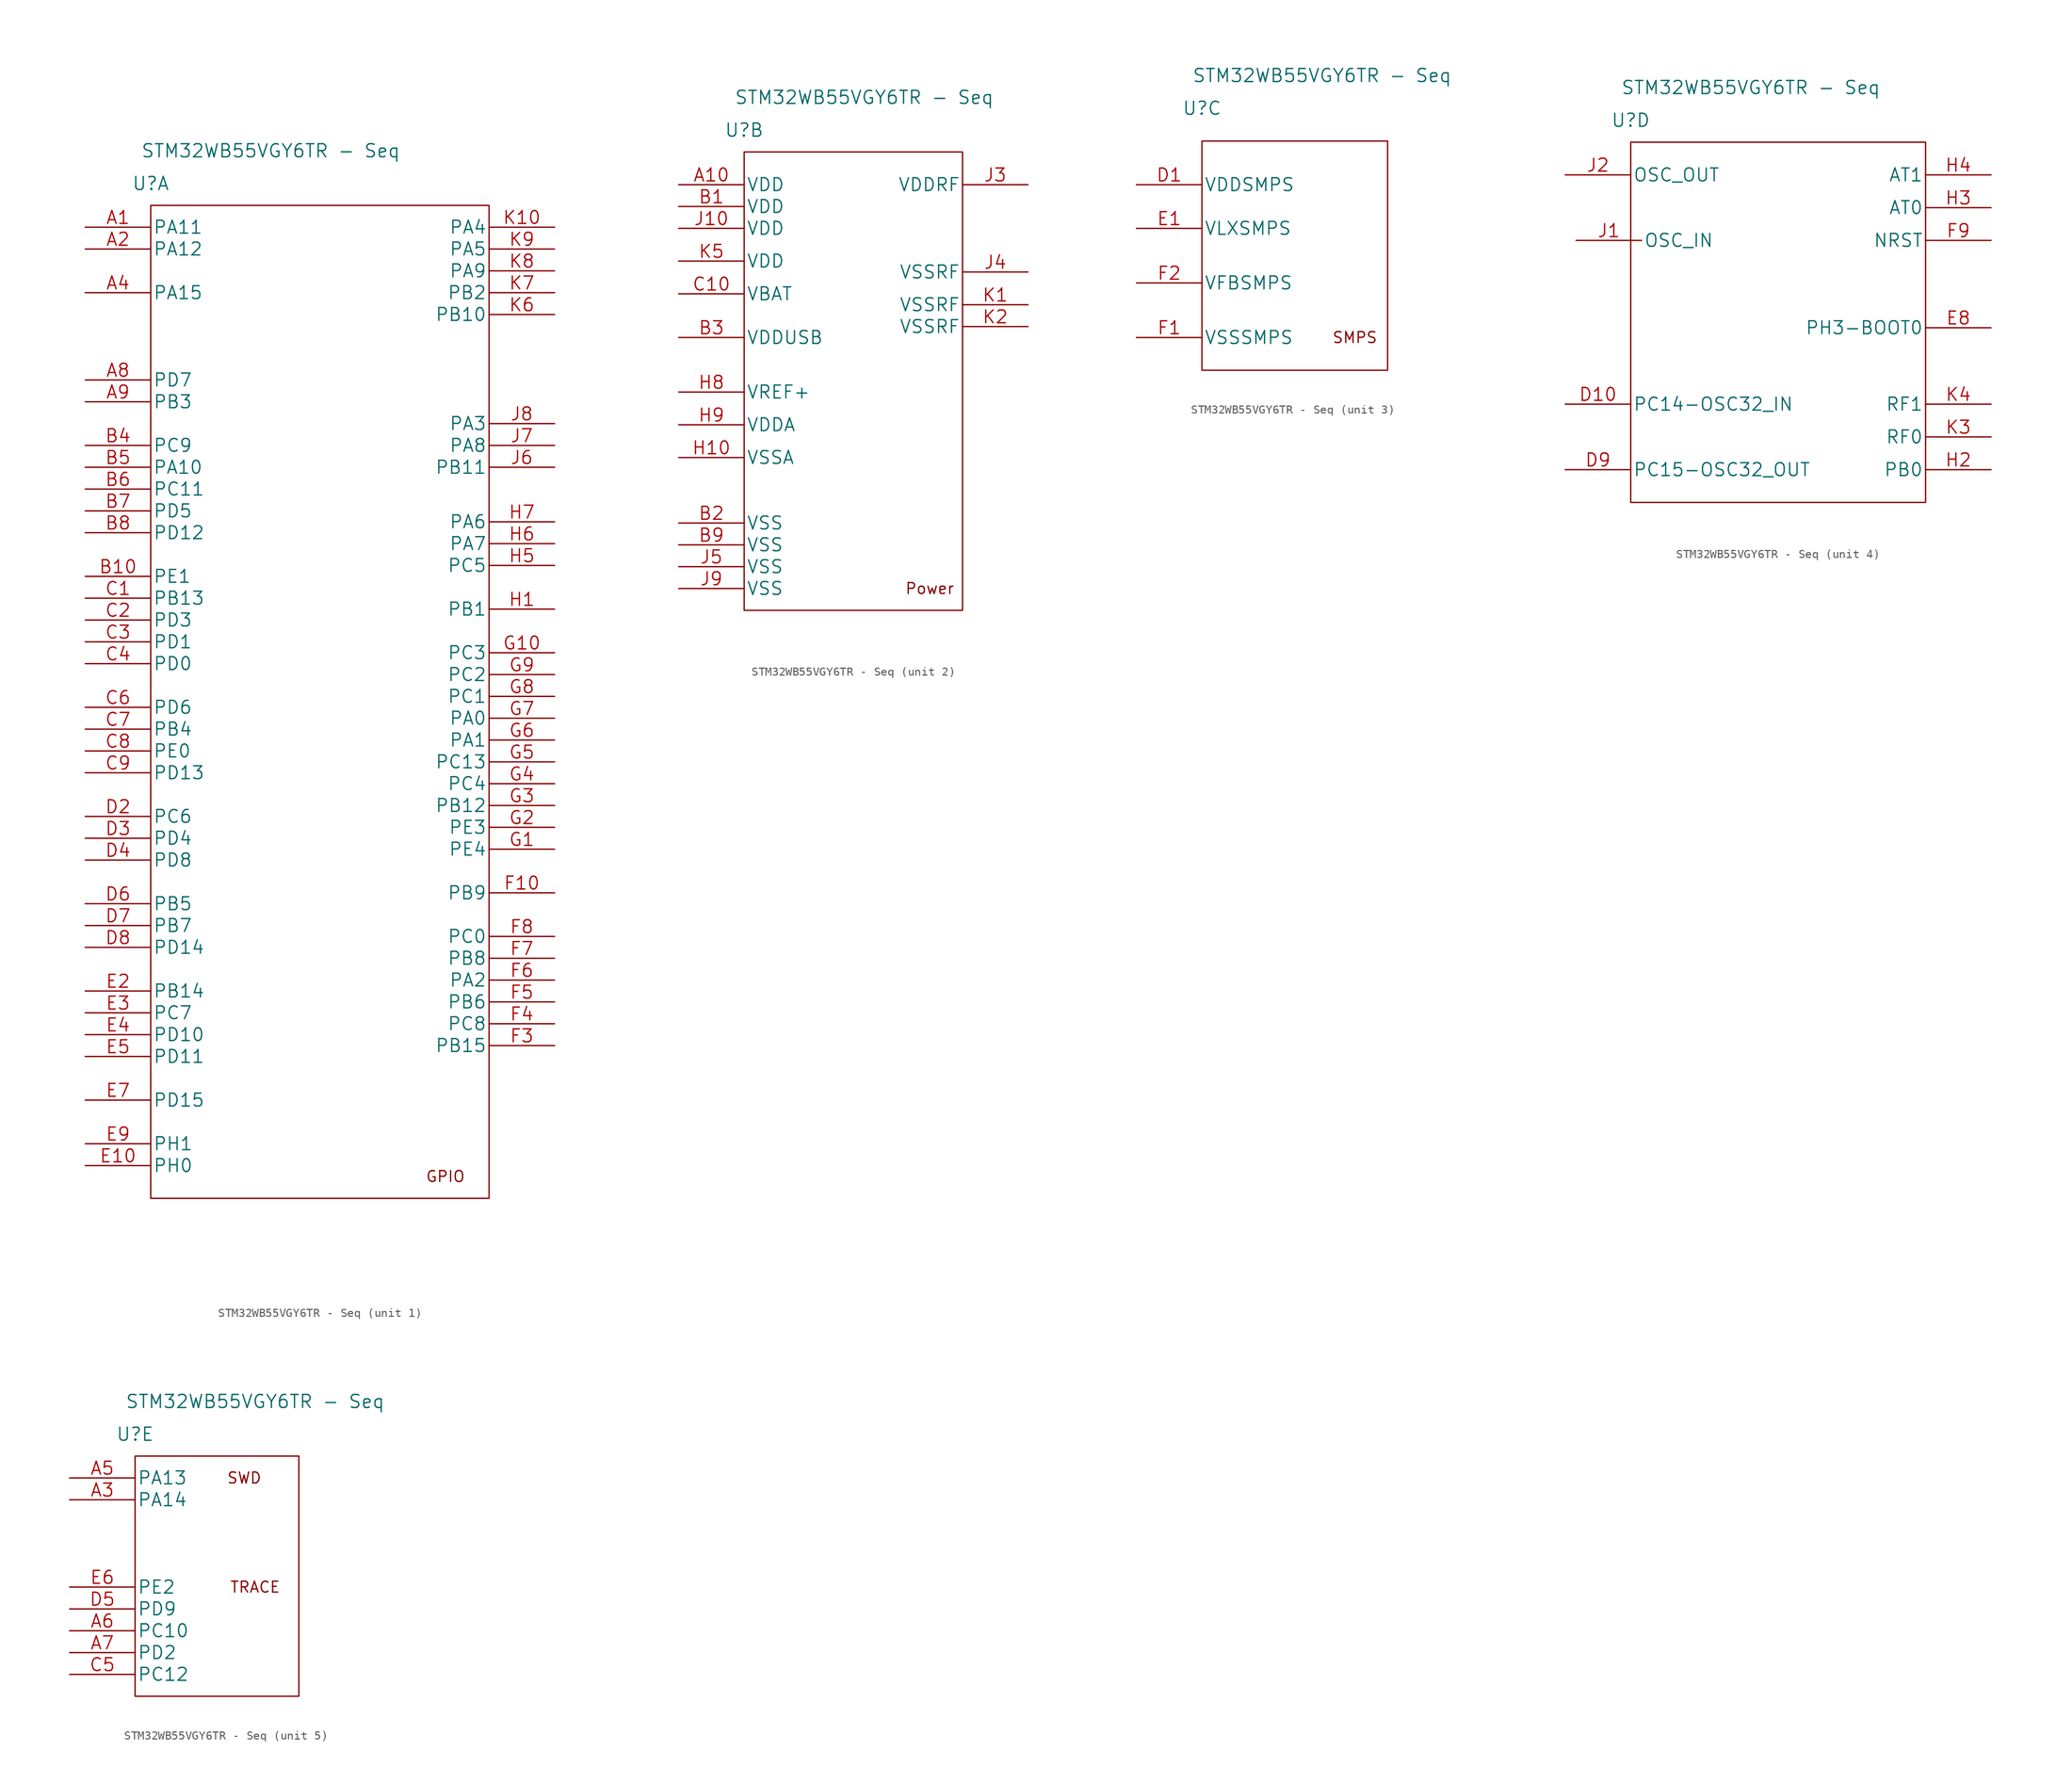
<source format=kicad_sym>
(kicad_symbol_lib
  (version 20211014)
  (generator kicad_symbol_editor)
  (symbol "STM32WB55VGY6TR - Seq"
    (pin_names
      (offset 0.254))
    (property "Reference" "U"
      (at 7.62 1.27 0)
      (effects (font (size 1.524 1.524))))
    (property "Value" "STM32WB55VGY6TR - Seq"
      (at 21.59 5.08 0)
      (effects (font (size 1.524 1.524))))
    (property "ki_locked" ""
      (at 0 0 0)
      (effects (font (size 1.27 1.27))))
    (symbol "STM32WB55VGY6TR - Seq_1_1"
      (rectangle (start 7.62 -1.27) (end 46.99 -116.84) (stroke (width 0.152) (type default) (color 0 0 0 0)) (fill (type none)))
      (text "GPIO" (at 41.91 -114.3 0) (effects (font (size 1.27 1.27))))
      (pin bidirectional line (at 0 -3.81 0) (length 7.62) (name "PA11" (effects (font (size 1.499 1.499)))) (number "A1" (effects (font (size 1.499 1.499)))))
      (pin bidirectional line (at 0 -6.35 0) (length 7.62) (name "PA12" (effects (font (size 1.499 1.499)))) (number "A2" (effects (font (size 1.499 1.499)))))
      (pin bidirectional line (at 0 -11.43 0) (length 7.62) (name "PA15" (effects (font (size 1.499 1.499)))) (number "A4" (effects (font (size 1.499 1.499)))))
      (pin bidirectional line (at 0 -21.59 0) (length 7.62) (name "PD7" (effects (font (size 1.499 1.499)))) (number "A8" (effects (font (size 1.499 1.499)))))
      (pin bidirectional line (at 0 -24.13 0) (length 7.62) (name "PB3" (effects (font (size 1.499 1.499)))) (number "A9" (effects (font (size 1.499 1.499)))))
      (pin bidirectional line (at 0 -44.45 0) (length 7.62) (name "PE1" (effects (font (size 1.499 1.499)))) (number "B10" (effects (font (size 1.499 1.499)))))
      (pin bidirectional line (at 0 -29.21 0) (length 7.62) (name "PC9" (effects (font (size 1.499 1.499)))) (number "B4" (effects (font (size 1.499 1.499)))))
      (pin bidirectional line (at 0 -31.75 0) (length 7.62) (name "PA10" (effects (font (size 1.499 1.499)))) (number "B5" (effects (font (size 1.499 1.499)))))
      (pin bidirectional line (at 0 -34.29 0) (length 7.62) (name "PC11" (effects (font (size 1.499 1.499)))) (number "B6" (effects (font (size 1.499 1.499)))))
      (pin bidirectional line (at 0 -36.83 0) (length 7.62) (name "PD5" (effects (font (size 1.499 1.499)))) (number "B7" (effects (font (size 1.499 1.499)))))
      (pin bidirectional line (at 0 -39.37 0) (length 7.62) (name "PD12" (effects (font (size 1.499 1.499)))) (number "B8" (effects (font (size 1.499 1.499)))))
      (pin bidirectional line (at 0 -46.99 0) (length 7.62) (name "PB13" (effects (font (size 1.499 1.499)))) (number "C1" (effects (font (size 1.499 1.499)))))
      (pin bidirectional line (at 0 -49.53 0) (length 7.62) (name "PD3" (effects (font (size 1.499 1.499)))) (number "C2" (effects (font (size 1.499 1.499)))))
      (pin bidirectional line (at 0 -52.07 0) (length 7.62) (name "PD1" (effects (font (size 1.499 1.499)))) (number "C3" (effects (font (size 1.499 1.499)))))
      (pin bidirectional line (at 0 -54.61 0) (length 7.62) (name "PD0" (effects (font (size 1.499 1.499)))) (number "C4" (effects (font (size 1.499 1.499)))))
      (pin bidirectional line (at 0 -59.69 0) (length 7.62) (name "PD6" (effects (font (size 1.499 1.499)))) (number "C6" (effects (font (size 1.499 1.499)))))
      (pin bidirectional line (at 0 -62.23 0) (length 7.62) (name "PB4" (effects (font (size 1.499 1.499)))) (number "C7" (effects (font (size 1.499 1.499)))))
      (pin bidirectional line (at 0 -64.77 0) (length 7.62) (name "PE0" (effects (font (size 1.499 1.499)))) (number "C8" (effects (font (size 1.499 1.499)))))
      (pin bidirectional line (at 0 -67.31 0) (length 7.62) (name "PD13" (effects (font (size 1.499 1.499)))) (number "C9" (effects (font (size 1.499 1.499)))))
      (pin bidirectional line (at 0 -72.39 0) (length 7.62) (name "PC6" (effects (font (size 1.499 1.499)))) (number "D2" (effects (font (size 1.499 1.499)))))
      (pin bidirectional line (at 0 -74.93 0) (length 7.62) (name "PD4" (effects (font (size 1.499 1.499)))) (number "D3" (effects (font (size 1.499 1.499)))))
      (pin bidirectional line (at 0 -77.47 0) (length 7.62) (name "PD8" (effects (font (size 1.499 1.499)))) (number "D4" (effects (font (size 1.499 1.499)))))
      (pin bidirectional line (at 0 -82.55 0) (length 7.62) (name "PB5" (effects (font (size 1.499 1.499)))) (number "D6" (effects (font (size 1.499 1.499)))))
      (pin bidirectional line (at 0 -85.09 0) (length 7.62) (name "PB7" (effects (font (size 1.499 1.499)))) (number "D7" (effects (font (size 1.499 1.499)))))
      (pin bidirectional line (at 0 -87.63 0) (length 7.62) (name "PD14" (effects (font (size 1.499 1.499)))) (number "D8" (effects (font (size 1.499 1.499)))))
      (pin bidirectional line (at 0 -113.03 0) (length 7.62) (name "PH0" (effects (font (size 1.499 1.499)))) (number "E10" (effects (font (size 1.499 1.499)))))
      (pin bidirectional line (at 0 -92.71 0) (length 7.62) (name "PB14" (effects (font (size 1.499 1.499)))) (number "E2" (effects (font (size 1.499 1.499)))))
      (pin bidirectional line (at 0 -95.25 0) (length 7.62) (name "PC7" (effects (font (size 1.499 1.499)))) (number "E3" (effects (font (size 1.499 1.499)))))
      (pin bidirectional line (at 0 -97.79 0) (length 7.62) (name "PD10" (effects (font (size 1.499 1.499)))) (number "E4" (effects (font (size 1.499 1.499)))))
      (pin bidirectional line (at 0 -100.33 0) (length 7.62) (name "PD11" (effects (font (size 1.499 1.499)))) (number "E5" (effects (font (size 1.499 1.499)))))
      (pin bidirectional line (at 0 -105.41 0) (length 7.62) (name "PD15" (effects (font (size 1.499 1.499)))) (number "E7" (effects (font (size 1.499 1.499)))))
      (pin bidirectional line (at 0 -110.49 0) (length 7.62) (name "PH1" (effects (font (size 1.499 1.499)))) (number "E9" (effects (font (size 1.499 1.499)))))
      (pin bidirectional line (at 54.61 -81.28 180) (length 7.62) (name "PB9" (effects (font (size 1.499 1.499)))) (number "F10" (effects (font (size 1.499 1.499)))))
      (pin bidirectional line (at 54.61 -99.06 180) (length 7.62) (name "PB15" (effects (font (size 1.499 1.499)))) (number "F3" (effects (font (size 1.499 1.499)))))
      (pin bidirectional line (at 54.61 -96.52 180) (length 7.62) (name "PC8" (effects (font (size 1.499 1.499)))) (number "F4" (effects (font (size 1.499 1.499)))))
      (pin bidirectional line (at 54.61 -93.98 180) (length 7.62) (name "PB6" (effects (font (size 1.499 1.499)))) (number "F5" (effects (font (size 1.499 1.499)))))
      (pin bidirectional line (at 54.61 -91.44 180) (length 7.62) (name "PA2" (effects (font (size 1.499 1.499)))) (number "F6" (effects (font (size 1.499 1.499)))))
      (pin bidirectional line (at 54.61 -88.9 180) (length 7.62) (name "PB8" (effects (font (size 1.499 1.499)))) (number "F7" (effects (font (size 1.499 1.499)))))
      (pin bidirectional line (at 54.61 -86.36 180) (length 7.62) (name "PC0" (effects (font (size 1.499 1.499)))) (number "F8" (effects (font (size 1.499 1.499)))))
      (pin power_in line (at 54.61 -76.2 180) (length 7.62) (name "PE4" (effects (font (size 1.499 1.499)))) (number "G1" (effects (font (size 1.499 1.499)))))
      (pin bidirectional line (at 54.61 -53.34 180) (length 7.62) (name "PC3" (effects (font (size 1.499 1.499)))) (number "G10" (effects (font (size 1.499 1.499)))))
      (pin bidirectional line (at 54.61 -73.66 180) (length 7.62) (name "PE3" (effects (font (size 1.499 1.499)))) (number "G2" (effects (font (size 1.499 1.499)))))
      (pin bidirectional line (at 54.61 -71.12 180) (length 7.62) (name "PB12" (effects (font (size 1.499 1.499)))) (number "G3" (effects (font (size 1.499 1.499)))))
      (pin bidirectional line (at 54.61 -68.58 180) (length 7.62) (name "PC4" (effects (font (size 1.499 1.499)))) (number "G4" (effects (font (size 1.499 1.499)))))
      (pin bidirectional line (at 54.61 -66.04 180) (length 7.62) (name "PC13" (effects (font (size 1.499 1.499)))) (number "G5" (effects (font (size 1.499 1.499)))))
      (pin bidirectional line (at 54.61 -63.5 180) (length 7.62) (name "PA1" (effects (font (size 1.499 1.499)))) (number "G6" (effects (font (size 1.499 1.499)))))
      (pin bidirectional line (at 54.61 -60.96 180) (length 7.62) (name "PA0" (effects (font (size 1.499 1.499)))) (number "G7" (effects (font (size 1.499 1.499)))))
      (pin bidirectional line (at 54.61 -58.42 180) (length 7.62) (name "PC1" (effects (font (size 1.499 1.499)))) (number "G8" (effects (font (size 1.499 1.499)))))
      (pin bidirectional line (at 54.61 -55.88 180) (length 7.62) (name "PC2" (effects (font (size 1.499 1.499)))) (number "G9" (effects (font (size 1.499 1.499)))))
      (pin bidirectional line (at 54.61 -48.26 180) (length 7.62) (name "PB1" (effects (font (size 1.499 1.499)))) (number "H1" (effects (font (size 1.499 1.499)))))
      (pin bidirectional line (at 54.61 -43.18 180) (length 7.62) (name "PC5" (effects (font (size 1.499 1.499)))) (number "H5" (effects (font (size 1.499 1.499)))))
      (pin bidirectional line (at 54.61 -40.64 180) (length 7.62) (name "PA7" (effects (font (size 1.499 1.499)))) (number "H6" (effects (font (size 1.499 1.499)))))
      (pin bidirectional line (at 54.61 -38.1 180) (length 7.62) (name "PA6" (effects (font (size 1.499 1.499)))) (number "H7" (effects (font (size 1.499 1.499)))))
      (pin bidirectional line (at 54.61 -31.75 180) (length 7.62) (name "PB11" (effects (font (size 1.499 1.499)))) (number "J6" (effects (font (size 1.499 1.499)))))
      (pin bidirectional line (at 54.61 -29.21 180) (length 7.62) (name "PA8" (effects (font (size 1.499 1.499)))) (number "J7" (effects (font (size 1.499 1.499)))))
      (pin bidirectional line (at 54.61 -26.67 180) (length 7.62) (name "PA3" (effects (font (size 1.499 1.499)))) (number "J8" (effects (font (size 1.499 1.499)))))
      (pin bidirectional line (at 54.61 -3.81 180) (length 7.62) (name "PA4" (effects (font (size 1.499 1.499)))) (number "K10" (effects (font (size 1.499 1.499)))))
      (pin bidirectional line (at 54.61 -13.97 180) (length 7.62) (name "PB10" (effects (font (size 1.499 1.499)))) (number "K6" (effects (font (size 1.499 1.499)))))
      (pin bidirectional line (at 54.61 -11.43 180) (length 7.62) (name "PB2" (effects (font (size 1.499 1.499)))) (number "K7" (effects (font (size 1.499 1.499)))))
      (pin bidirectional line (at 54.61 -8.89 180) (length 7.62) (name "PA9" (effects (font (size 1.499 1.499)))) (number "K8" (effects (font (size 1.499 1.499)))))
      (pin bidirectional line (at 54.61 -6.35 180) (length 7.62) (name "PA5" (effects (font (size 1.499 1.499)))) (number "K9" (effects (font (size 1.499 1.499))))))
    (symbol "STM32WB55VGY6TR - Seq_2_1"
      (rectangle (start 7.62 -1.27) (end 33.02 -54.61) (stroke (width 0.152) (type default) (color 0 0 0 0)) (fill (type none)))
      (text "Power" (at 29.21 -52.07 0) (effects (font (size 1.27 1.27))))
      (pin power_in line (at 0 -5.08 0) (length 7.62) (name "VDD" (effects (font (size 1.499 1.499)))) (number "A10" (effects (font (size 1.499 1.499)))))
      (pin power_in line (at 0 -7.62 0) (length 7.62) (name "VDD" (effects (font (size 1.499 1.499)))) (number "B1" (effects (font (size 1.499 1.499)))))
      (pin power_in line (at 0 -44.45 0) (length 7.62) (name "VSS" (effects (font (size 1.499 1.499)))) (number "B2" (effects (font (size 1.499 1.499)))))
      (pin power_in line (at 0 -22.86 0) (length 7.62) (name "VDDUSB" (effects (font (size 1.499 1.499)))) (number "B3" (effects (font (size 1.499 1.499)))))
      (pin power_in line (at 0 -46.99 0) (length 7.62) (name "VSS" (effects (font (size 1.499 1.499)))) (number "B9" (effects (font (size 1.499 1.499)))))
      (pin power_in line (at 0 -17.78 0) (length 7.62) (name "VBAT" (effects (font (size 1.499 1.499)))) (number "C10" (effects (font (size 1.499 1.499)))))
      (pin power_in line (at 0 -36.83 0) (length 7.62) (name "VSSA" (effects (font (size 1.499 1.499)))) (number "H10" (effects (font (size 1.499 1.499)))))
      (pin power_in line (at 0 -29.21 0) (length 7.62) (name "VREF+" (effects (font (size 1.499 1.499)))) (number "H8" (effects (font (size 1.499 1.499)))))
      (pin power_in line (at 0 -33.02 0) (length 7.62) (name "VDDA" (effects (font (size 1.499 1.499)))) (number "H9" (effects (font (size 1.499 1.499)))))
      (pin power_in line (at 0 -10.16 0) (length 7.62) (name "VDD" (effects (font (size 1.499 1.499)))) (number "J10" (effects (font (size 1.499 1.499)))))
      (pin power_in line (at 40.64 -5.08 180) (length 7.62) (name "VDDRF" (effects (font (size 1.499 1.499)))) (number "J3" (effects (font (size 1.499 1.499)))))
      (pin power_in line (at 40.64 -15.24 180) (length 7.62) (name "VSSRF" (effects (font (size 1.499 1.499)))) (number "J4" (effects (font (size 1.499 1.499)))))
      (pin power_in line (at 0 -49.53 0) (length 7.62) (name "VSS" (effects (font (size 1.499 1.499)))) (number "J5" (effects (font (size 1.499 1.499)))))
      (pin power_in line (at 0 -52.07 0) (length 7.62) (name "VSS" (effects (font (size 1.499 1.499)))) (number "J9" (effects (font (size 1.499 1.499)))))
      (pin power_in line (at 40.64 -19.05 180) (length 7.62) (name "VSSRF" (effects (font (size 1.499 1.499)))) (number "K1" (effects (font (size 1.499 1.499)))))
      (pin power_in line (at 40.64 -21.59 180) (length 7.62) (name "VSSRF" (effects (font (size 1.499 1.499)))) (number "K2" (effects (font (size 1.499 1.499)))))
      (pin power_in line (at 0 -13.97 0) (length 7.62) (name "VDD" (effects (font (size 1.499 1.499)))) (number "K5" (effects (font (size 1.499 1.499))))))
    (symbol "STM32WB55VGY6TR - Seq_3_1"
      (rectangle (start 7.62 -2.54) (end 29.21 -29.21) (stroke (width 0.152) (type default) (color 0 0 0 0)) (fill (type none)))
      (text "SMPS" (at 25.4 -25.4 0) (effects (font (size 1.27 1.27))))
      (pin power_in line (at 0 -7.62 0) (length 7.62) (name "VDDSMPS" (effects (font (size 1.499 1.499)))) (number "D1" (effects (font (size 1.499 1.499)))))
      (pin power_in line (at 0 -12.7 0) (length 7.62) (name "VLXSMPS" (effects (font (size 1.499 1.499)))) (number "E1" (effects (font (size 1.499 1.499)))))
      (pin power_in line (at 0 -25.4 0) (length 7.62) (name "VSSSMPS" (effects (font (size 1.499 1.499)))) (number "F1" (effects (font (size 1.499 1.499)))))
      (pin power_in line (at 0 -19.05 0) (length 7.62) (name "VFBSMPS" (effects (font (size 1.499 1.499)))) (number "F2" (effects (font (size 1.499 1.499))))))
    (symbol "STM32WB55VGY6TR - Seq_4_1"
      (rectangle (start 7.62 -1.27) (end 41.91 -43.18) (stroke (width 0.152) (type default) (color 0 0 0 0)) (fill (type none)))
      (pin bidirectional line (at 0 -31.75 0) (length 7.62) (name "PC14-OSC32_IN" (effects (font (size 1.499 1.499)))) (number "D10" (effects (font (size 1.499 1.499)))))
      (pin bidirectional line (at 0 -39.37 0) (length 7.62) (name "PC15-OSC32_OUT" (effects (font (size 1.499 1.499)))) (number "D9" (effects (font (size 1.499 1.499)))))
      (pin bidirectional line (at 49.53 -22.86 180) (length 7.62) (name "PH3-BOOT0" (effects (font (size 1.499 1.499)))) (number "E8" (effects (font (size 1.499 1.499)))))
      (pin bidirectional line (at 49.53 -12.7 180) (length 7.62) (name "NRST" (effects (font (size 1.499 1.499)))) (number "F9" (effects (font (size 1.499 1.499)))))
      (pin bidirectional line (at 49.53 -39.37 180) (length 7.62) (name "PB0" (effects (font (size 1.499 1.499)))) (number "H2" (effects (font (size 1.499 1.499)))))
      (pin bidirectional line (at 49.53 -8.89 180) (length 7.62) (name "AT0" (effects (font (size 1.499 1.499)))) (number "H3" (effects (font (size 1.499 1.499)))))
      (pin bidirectional line (at 49.53 -5.08 180) (length 7.62) (name "AT1" (effects (font (size 1.499 1.499)))) (number "H4" (effects (font (size 1.499 1.499)))))
      (pin bidirectional line (at 1.27 -12.7 0) (length 7.62) (name "OSC_IN" (effects (font (size 1.499 1.499)))) (number "J1" (effects (font (size 1.499 1.499)))))
      (pin bidirectional line (at 0 -5.08 0) (length 7.62) (name "OSC_OUT" (effects (font (size 1.499 1.499)))) (number "J2" (effects (font (size 1.499 1.499)))))
      (pin bidirectional line (at 49.53 -35.56 180) (length 7.62) (name "RF0" (effects (font (size 1.499 1.499)))) (number "K3" (effects (font (size 1.499 1.499)))))
      (pin bidirectional line (at 49.53 -31.75 180) (length 7.62) (name "RF1" (effects (font (size 1.499 1.499)))) (number "K4" (effects (font (size 1.499 1.499))))))
    (symbol "STM32WB55VGY6TR - Seq_5_1"
      (rectangle (start 7.62 -1.27) (end 26.67 -29.21) (stroke (width 0.152) (type default) (color 0 0 0 0)) (fill (type none)))
      (text "SWD" (at 20.32 -3.81 0) (effects (font (size 1.27 1.27))))
      (text "TRACE" (at 21.59 -16.51 0) (effects (font (size 1.27 1.27))))
      (pin bidirectional line (at 0 -6.35 0) (length 7.62) (name "PA14" (effects (font (size 1.499 1.499)))) (number "A3" (effects (font (size 1.499 1.499)))))
      (pin bidirectional line (at 0 -3.81 0) (length 7.62) (name "PA13" (effects (font (size 1.499 1.499)))) (number "A5" (effects (font (size 1.499 1.499)))))
      (pin bidirectional line (at 0 -21.59 0) (length 7.62) (name "PC10" (effects (font (size 1.499 1.499)))) (number "A6" (effects (font (size 1.499 1.499)))))
      (pin bidirectional line (at 0 -24.13 0) (length 7.62) (name "PD2" (effects (font (size 1.499 1.499)))) (number "A7" (effects (font (size 1.499 1.499)))))
      (pin bidirectional line (at 0 -26.67 0) (length 7.62) (name "PC12" (effects (font (size 1.499 1.499)))) (number "C5" (effects (font (size 1.499 1.499)))))
      (pin bidirectional line (at 0 -19.05 0) (length 7.62) (name "PD9" (effects (font (size 1.499 1.499)))) (number "D5" (effects (font (size 1.499 1.499)))))
      (pin bidirectional line (at 0 -16.51 0) (length 7.62) (name "PE2" (effects (font (size 1.499 1.499)))) (number "E6" (effects (font (size 1.499 1.499))))))))
</source>
